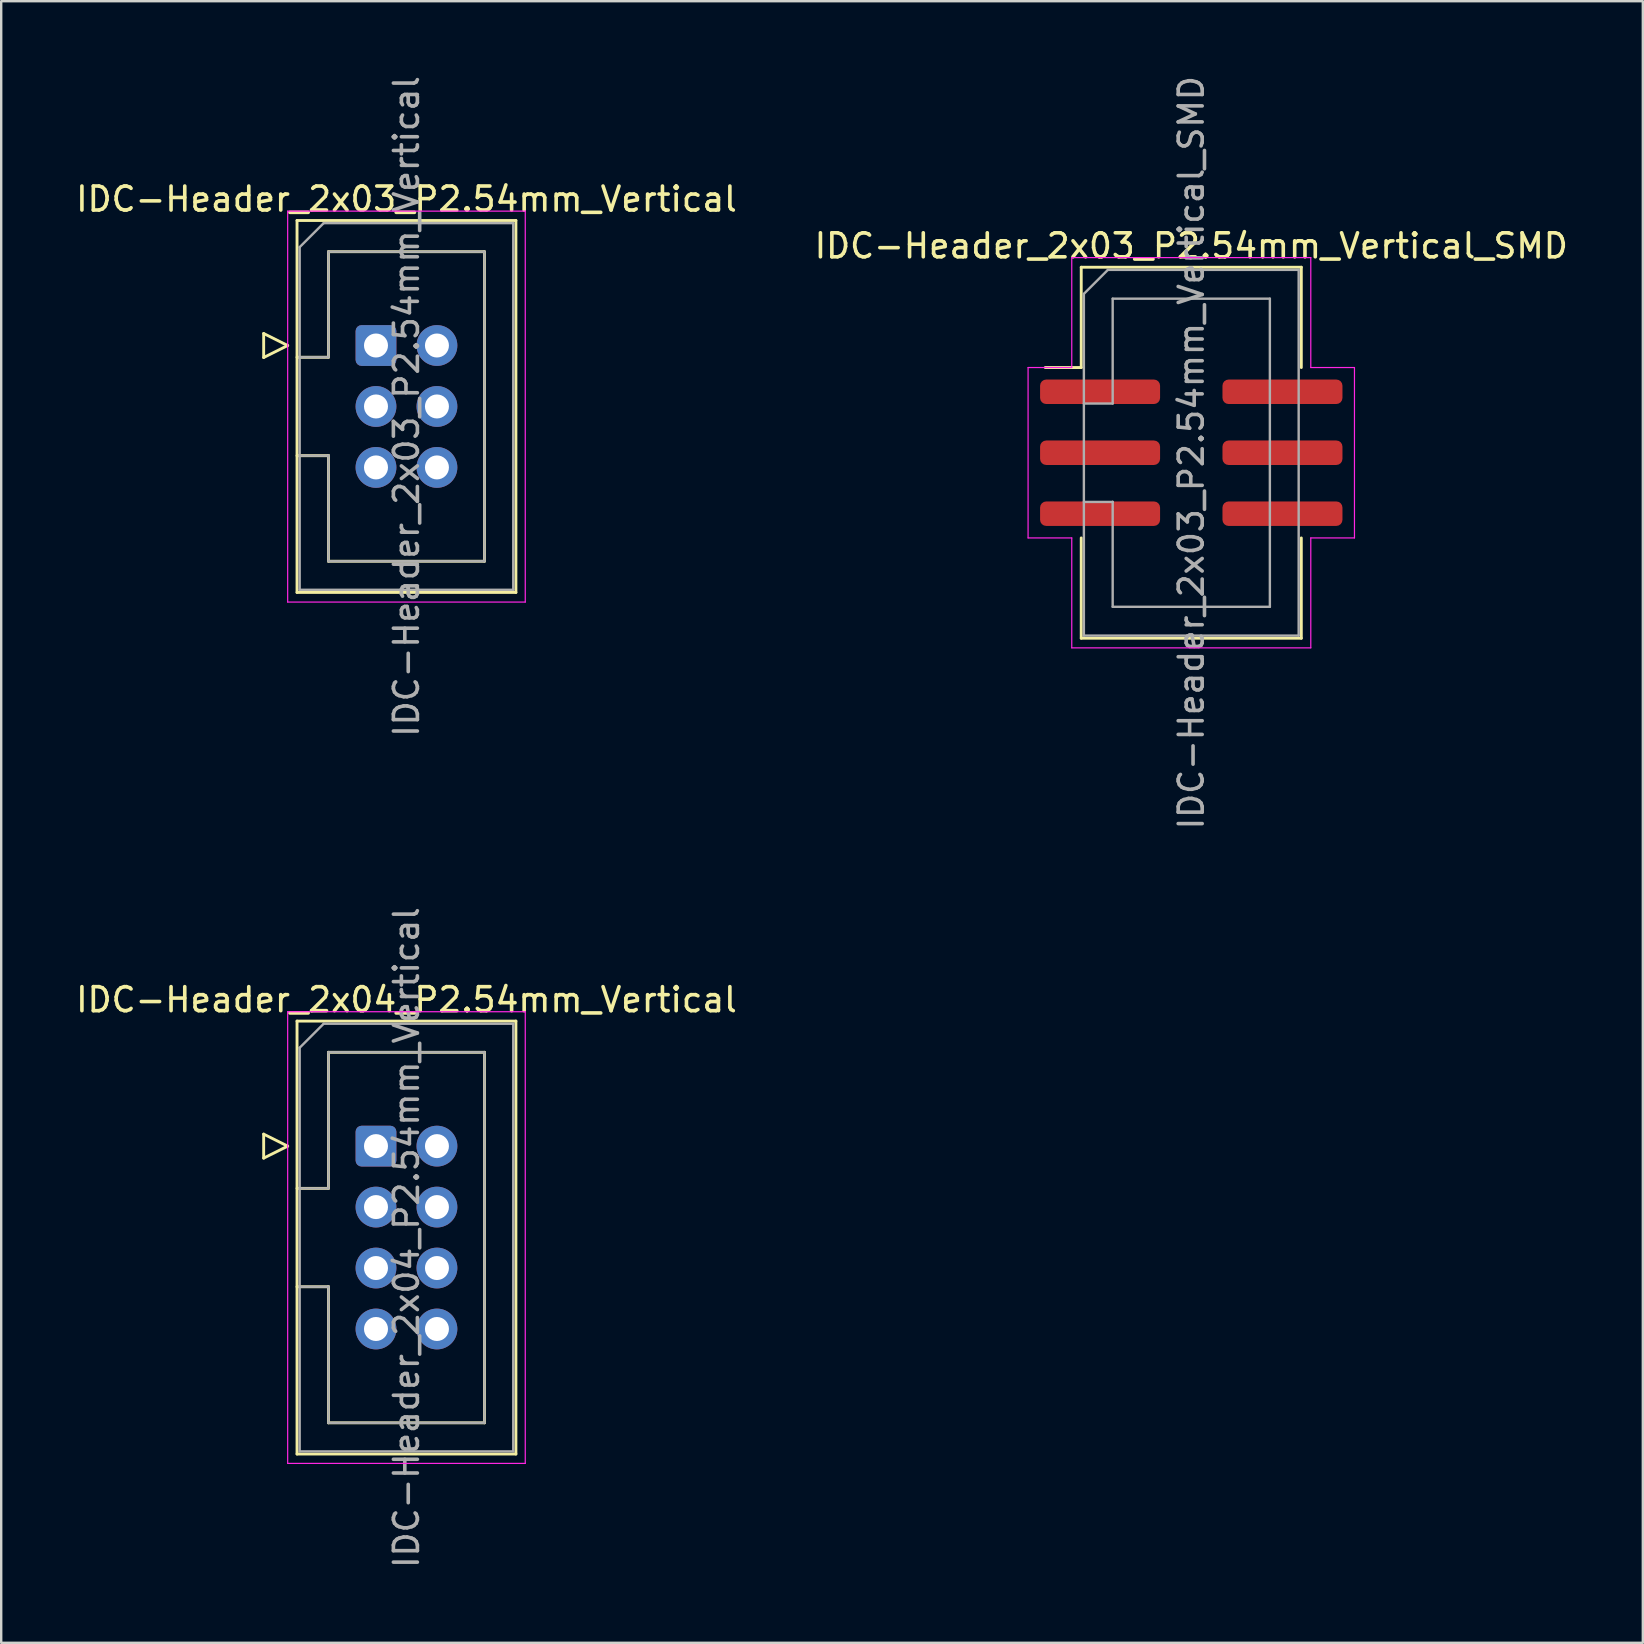
<source format=kicad_pcb>
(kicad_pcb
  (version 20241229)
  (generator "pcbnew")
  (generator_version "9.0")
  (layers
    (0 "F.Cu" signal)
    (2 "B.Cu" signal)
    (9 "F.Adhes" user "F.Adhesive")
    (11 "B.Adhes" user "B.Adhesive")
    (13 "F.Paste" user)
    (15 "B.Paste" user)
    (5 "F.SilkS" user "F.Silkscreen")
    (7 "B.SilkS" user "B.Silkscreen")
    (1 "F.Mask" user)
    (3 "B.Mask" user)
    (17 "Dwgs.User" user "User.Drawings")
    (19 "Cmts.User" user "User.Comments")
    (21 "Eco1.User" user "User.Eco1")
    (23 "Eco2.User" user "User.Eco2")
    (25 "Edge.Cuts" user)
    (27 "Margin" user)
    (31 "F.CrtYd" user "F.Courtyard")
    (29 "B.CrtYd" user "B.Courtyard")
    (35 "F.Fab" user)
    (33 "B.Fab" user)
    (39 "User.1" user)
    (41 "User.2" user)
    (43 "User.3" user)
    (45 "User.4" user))
  (footprint "IDC-Header_2x03_P2.54mm_Vertical"
    (layer "F.Cu")
    (at 12.617 11.347)
    (property "Reference" "IDC-Header_2x03_P2.54mm_Vertical" (at 1.27 -6.1 0) (layer "F.SilkS") (effects (font (size 1 1) (thickness 0.15))))
    (attr through_hole)
    (fp_line (start -4.68 -0.5) (end -4.68 0.5) (stroke (width 0.12) (type solid)) (layer "F.SilkS"))
    (fp_line (start -4.68 0.5) (end -3.68 0) (stroke (width 0.12) (type solid)) (layer "F.SilkS"))
    (fp_line (start -3.68 0) (end -4.68 -0.5) (stroke (width 0.12) (type solid)) (layer "F.SilkS"))
    (fp_line (start -3.29 -5.21) (end 5.83 -5.21) (stroke (width 0.12) (type solid)) (layer "F.SilkS"))
    (fp_line (start -3.29 0.49) (end -1.98 0.49) (stroke (width 0.12) (type solid)) (layer "F.SilkS"))
    (fp_line (start -3.29 10.29) (end -3.29 -5.21) (stroke (width 0.12) (type solid)) (layer "F.SilkS"))
    (fp_line (start -1.98 -3.91) (end 4.52 -3.91) (stroke (width 0.12) (type solid)) (layer "F.SilkS"))
    (fp_line (start -1.98 0.49) (end -1.98 -3.91) (stroke (width 0.12) (type solid)) (layer "F.SilkS"))
    (fp_line (start -1.98 4.59) (end -3.29 4.59) (stroke (width 0.12) (type solid)) (layer "F.SilkS"))
    (fp_line (start -1.98 4.59) (end -1.98 4.59) (stroke (width 0.12) (type solid)) (layer "F.SilkS"))
    (fp_line (start -1.98 8.99) (end -1.98 4.59) (stroke (width 0.12) (type solid)) (layer "F.SilkS"))
    (fp_line (start 4.52 -3.91) (end 4.52 8.99) (stroke (width 0.12) (type solid)) (layer "F.SilkS"))
    (fp_line (start 4.52 8.99) (end -1.98 8.99) (stroke (width 0.12) (type solid)) (layer "F.SilkS"))
    (fp_line (start 5.83 -5.21) (end 5.83 10.29) (stroke (width 0.12) (type solid)) (layer "F.SilkS"))
    (fp_line (start 5.83 10.29) (end -3.29 10.29) (stroke (width 0.12) (type solid)) (layer "F.SilkS"))
    (fp_line (start -3.68 -5.6) (end -3.68 10.69) (stroke (width 0.05) (type solid)) (layer "F.CrtYd"))
    (fp_line (start -3.68 10.69) (end 6.22 10.69) (stroke (width 0.05) (type solid)) (layer "F.CrtYd"))
    (fp_line (start 6.22 -5.6) (end -3.68 -5.6) (stroke (width 0.05) (type solid)) (layer "F.CrtYd"))
    (fp_line (start 6.22 10.69) (end 6.22 -5.6) (stroke (width 0.05) (type solid)) (layer "F.CrtYd"))
    (fp_line (start -3.18 -4.1) (end -2.18 -5.1) (stroke (width 0.1) (type solid)) (layer "F.Fab"))
    (fp_line (start -3.18 0.49) (end -1.98 0.49) (stroke (width 0.1) (type solid)) (layer "F.Fab"))
    (fp_line (start -3.18 10.18) (end -3.18 -4.1) (stroke (width 0.1) (type solid)) (layer "F.Fab"))
    (fp_line (start -2.18 -5.1) (end 5.72 -5.1) (stroke (width 0.1) (type solid)) (layer "F.Fab"))
    (fp_line (start -1.98 -3.91) (end 4.52 -3.91) (stroke (width 0.1) (type solid)) (layer "F.Fab"))
    (fp_line (start -1.98 0.49) (end -1.98 -3.91) (stroke (width 0.1) (type solid)) (layer "F.Fab"))
    (fp_line (start -1.98 4.59) (end -3.18 4.59) (stroke (width 0.1) (type solid)) (layer "F.Fab"))
    (fp_line (start -1.98 4.59) (end -1.98 4.59) (stroke (width 0.1) (type solid)) (layer "F.Fab"))
    (fp_line (start -1.98 8.99) (end -1.98 4.59) (stroke (width 0.1) (type solid)) (layer "F.Fab"))
    (fp_line (start 4.52 -3.91) (end 4.52 8.99) (stroke (width 0.1) (type solid)) (layer "F.Fab"))
    (fp_line (start 4.52 8.99) (end -1.98 8.99) (stroke (width 0.1) (type solid)) (layer "F.Fab"))
    (fp_line (start 5.72 -5.1) (end 5.72 10.18) (stroke (width 0.1) (type solid)) (layer "F.Fab"))
    (fp_line (start 5.72 10.18) (end -3.18 10.18) (stroke (width 0.1) (type solid)) (layer "F.Fab"))
    (fp_text user "${REFERENCE}" (at 1.27 2.54 90) (layer "F.Fab") (effects (font (size 1 1) (thickness 0.15))))
    (pad "1" thru_hole roundrect (at 0 0) (size 1.7 1.7) (drill 1) (layers "*.Cu" "*.Mask") (roundrect_rratio 0.147))
    (pad "2" thru_hole circle (at 2.54 0) (size 1.7 1.7) (drill 1) (layers "*.Cu" "*.Mask"))
    (pad "3" thru_hole circle (at 0 2.54) (size 1.7 1.7) (drill 1) (layers "*.Cu" "*.Mask"))
    (pad "4" thru_hole circle (at 2.54 2.54) (size 1.7 1.7) (drill 1) (layers "*.Cu" "*.Mask"))
    (pad "5" thru_hole circle (at 0 5.08) (size 1.7 1.7) (drill 1) (layers "*.Cu" "*.Mask"))
    (pad "6" thru_hole circle (at 2.54 5.08) (size 1.7 1.7) (drill 1) (layers "*.Cu" "*.Mask")))
  (footprint "IDC-Header_2x04_P2.54mm_Vertical"
    (layer "F.Cu")
    (at 12.617 44.708)
    (property "Reference" "IDC-Header_2x04_P2.54mm_Vertical" (at 1.27 -6.1 0) (layer "F.SilkS") (effects (font (size 1 1) (thickness 0.15))))
    (attr through_hole)
    (fp_line (start -4.68 -0.5) (end -4.68 0.5) (stroke (width 0.12) (type solid)) (layer "F.SilkS"))
    (fp_line (start -4.68 0.5) (end -3.68 0) (stroke (width 0.12) (type solid)) (layer "F.SilkS"))
    (fp_line (start -3.68 0) (end -4.68 -0.5) (stroke (width 0.12) (type solid)) (layer "F.SilkS"))
    (fp_line (start -3.29 -5.21) (end 5.83 -5.21) (stroke (width 0.12) (type solid)) (layer "F.SilkS"))
    (fp_line (start -3.29 1.76) (end -1.98 1.76) (stroke (width 0.12) (type solid)) (layer "F.SilkS"))
    (fp_line (start -3.29 12.83) (end -3.29 -5.21) (stroke (width 0.12) (type solid)) (layer "F.SilkS"))
    (fp_line (start -1.98 -3.91) (end 4.52 -3.91) (stroke (width 0.12) (type solid)) (layer "F.SilkS"))
    (fp_line (start -1.98 1.76) (end -1.98 -3.91) (stroke (width 0.12) (type solid)) (layer "F.SilkS"))
    (fp_line (start -1.98 5.86) (end -3.29 5.86) (stroke (width 0.12) (type solid)) (layer "F.SilkS"))
    (fp_line (start -1.98 5.86) (end -1.98 5.86) (stroke (width 0.12) (type solid)) (layer "F.SilkS"))
    (fp_line (start -1.98 11.53) (end -1.98 5.86) (stroke (width 0.12) (type solid)) (layer "F.SilkS"))
    (fp_line (start 4.52 -3.91) (end 4.52 11.53) (stroke (width 0.12) (type solid)) (layer "F.SilkS"))
    (fp_line (start 4.52 11.53) (end -1.98 11.53) (stroke (width 0.12) (type solid)) (layer "F.SilkS"))
    (fp_line (start 5.83 -5.21) (end 5.83 12.83) (stroke (width 0.12) (type solid)) (layer "F.SilkS"))
    (fp_line (start 5.83 12.83) (end -3.29 12.83) (stroke (width 0.12) (type solid)) (layer "F.SilkS"))
    (fp_line (start -3.68 -5.6) (end -3.68 13.22) (stroke (width 0.05) (type solid)) (layer "F.CrtYd"))
    (fp_line (start -3.68 13.22) (end 6.22 13.22) (stroke (width 0.05) (type solid)) (layer "F.CrtYd"))
    (fp_line (start 6.22 -5.6) (end -3.68 -5.6) (stroke (width 0.05) (type solid)) (layer "F.CrtYd"))
    (fp_line (start 6.22 13.22) (end 6.22 -5.6) (stroke (width 0.05) (type solid)) (layer "F.CrtYd"))
    (fp_line (start -3.18 -4.1) (end -2.18 -5.1) (stroke (width 0.1) (type solid)) (layer "F.Fab"))
    (fp_line (start -3.18 1.76) (end -1.98 1.76) (stroke (width 0.1) (type solid)) (layer "F.Fab"))
    (fp_line (start -3.18 12.72) (end -3.18 -4.1) (stroke (width 0.1) (type solid)) (layer "F.Fab"))
    (fp_line (start -2.18 -5.1) (end 5.72 -5.1) (stroke (width 0.1) (type solid)) (layer "F.Fab"))
    (fp_line (start -1.98 -3.91) (end 4.52 -3.91) (stroke (width 0.1) (type solid)) (layer "F.Fab"))
    (fp_line (start -1.98 1.76) (end -1.98 -3.91) (stroke (width 0.1) (type solid)) (layer "F.Fab"))
    (fp_line (start -1.98 5.86) (end -3.18 5.86) (stroke (width 0.1) (type solid)) (layer "F.Fab"))
    (fp_line (start -1.98 5.86) (end -1.98 5.86) (stroke (width 0.1) (type solid)) (layer "F.Fab"))
    (fp_line (start -1.98 11.53) (end -1.98 5.86) (stroke (width 0.1) (type solid)) (layer "F.Fab"))
    (fp_line (start 4.52 -3.91) (end 4.52 11.53) (stroke (width 0.1) (type solid)) (layer "F.Fab"))
    (fp_line (start 4.52 11.53) (end -1.98 11.53) (stroke (width 0.1) (type solid)) (layer "F.Fab"))
    (fp_line (start 5.72 -5.1) (end 5.72 12.72) (stroke (width 0.1) (type solid)) (layer "F.Fab"))
    (fp_line (start 5.72 12.72) (end -3.18 12.72) (stroke (width 0.1) (type solid)) (layer "F.Fab"))
    (fp_text user "${REFERENCE}" (at 1.27 3.81 90) (layer "F.Fab") (effects (font (size 1 1) (thickness 0.15))))
    (pad "1" thru_hole roundrect (at 0 0) (size 1.7 1.7) (drill 1) (layers "*.Cu" "*.Mask") (roundrect_rratio 0.147))
    (pad "2" thru_hole circle (at 2.54 0) (size 1.7 1.7) (drill 1) (layers "*.Cu" "*.Mask"))
    (pad "3" thru_hole circle (at 0 2.54) (size 1.7 1.7) (drill 1) (layers "*.Cu" "*.Mask"))
    (pad "4" thru_hole circle (at 2.54 2.54) (size 1.7 1.7) (drill 1) (layers "*.Cu" "*.Mask"))
    (pad "5" thru_hole circle (at 0 5.08) (size 1.7 1.7) (drill 1) (layers "*.Cu" "*.Mask"))
    (pad "6" thru_hole circle (at 2.54 5.08) (size 1.7 1.7) (drill 1) (layers "*.Cu" "*.Mask"))
    (pad "7" thru_hole circle (at 0 7.62) (size 1.7 1.7) (drill 1) (layers "*.Cu" "*.Mask"))
    (pad "8" thru_hole circle (at 2.54 7.62) (size 1.7 1.7) (drill 1) (layers "*.Cu" "*.Mask")))
  (footprint "IDC-Header_2x03_P2.54mm_Vertical_SMD"
    (layer "F.Cu")
    (at 46.589 15.815)
    (property "Reference" "IDC-Header_2x03_P2.54mm_Vertical_SMD" (at 0 -8.62 0) (layer "F.SilkS") (effects (font (size 1 1) (thickness 0.15))))
    (attr smd)
    (fp_line (start -4.585 -7.73) (end 4.585 -7.73) (stroke (width 0.12) (type solid)) (layer "F.SilkS"))
    (fp_line (start -4.585 -3.55) (end -6.085 -3.55) (stroke (width 0.12) (type solid)) (layer "F.SilkS"))
    (fp_line (start -4.585 -3.55) (end -4.585 -7.73) (stroke (width 0.12) (type solid)) (layer "F.SilkS"))
    (fp_line (start -4.585 3.55) (end -4.585 7.73) (stroke (width 0.12) (type solid)) (layer "F.SilkS"))
    (fp_line (start -4.585 7.73) (end 4.585 7.73) (stroke (width 0.12) (type solid)) (layer "F.SilkS"))
    (fp_line (start 4.585 -7.73) (end 4.585 -3.55) (stroke (width 0.12) (type solid)) (layer "F.SilkS"))
    (fp_line (start 4.585 7.73) (end 4.585 3.55) (stroke (width 0.12) (type solid)) (layer "F.SilkS"))
    (fp_line (start -6.8 -3.55) (end -6.8 3.55) (stroke (width 0.05) (type solid)) (layer "F.CrtYd"))
    (fp_line (start -6.8 3.55) (end -4.98 3.55) (stroke (width 0.05) (type solid)) (layer "F.CrtYd"))
    (fp_line (start -4.98 -8.13) (end -4.98 -3.55) (stroke (width 0.05) (type solid)) (layer "F.CrtYd"))
    (fp_line (start -4.98 -3.55) (end -6.8 -3.55) (stroke (width 0.05) (type solid)) (layer "F.CrtYd"))
    (fp_line (start -4.98 3.55) (end -4.98 8.13) (stroke (width 0.05) (type solid)) (layer "F.CrtYd"))
    (fp_line (start -4.98 8.13) (end 4.98 8.13) (stroke (width 0.05) (type solid)) (layer "F.CrtYd"))
    (fp_line (start 4.98 -8.13) (end -4.98 -8.13) (stroke (width 0.05) (type solid)) (layer "F.CrtYd"))
    (fp_line (start 4.98 -3.55) (end 4.98 -8.13) (stroke (width 0.05) (type solid)) (layer "F.CrtYd"))
    (fp_line (start 4.98 3.55) (end 6.8 3.55) (stroke (width 0.05) (type solid)) (layer "F.CrtYd"))
    (fp_line (start 4.98 8.13) (end 4.98 3.55) (stroke (width 0.05) (type solid)) (layer "F.CrtYd"))
    (fp_line (start 6.8 -3.55) (end 4.98 -3.55) (stroke (width 0.05) (type solid)) (layer "F.CrtYd"))
    (fp_line (start 6.8 3.55) (end 6.8 -3.55) (stroke (width 0.05) (type solid)) (layer "F.CrtYd"))
    (fp_line (start -4.475 -6.62) (end -3.475 -7.62) (stroke (width 0.1) (type solid)) (layer "F.Fab"))
    (fp_line (start -4.475 -2.05) (end -3.275 -2.05) (stroke (width 0.1) (type solid)) (layer "F.Fab"))
    (fp_line (start -4.475 7.62) (end -4.475 -6.62) (stroke (width 0.1) (type solid)) (layer "F.Fab"))
    (fp_line (start -3.475 -7.62) (end 4.475 -7.62) (stroke (width 0.1) (type solid)) (layer "F.Fab"))
    (fp_line (start -3.275 -6.42) (end 3.275 -6.42) (stroke (width 0.1) (type solid)) (layer "F.Fab"))
    (fp_line (start -3.275 -2.05) (end -3.275 -6.42) (stroke (width 0.1) (type solid)) (layer "F.Fab"))
    (fp_line (start -3.275 2.05) (end -4.475 2.05) (stroke (width 0.1) (type solid)) (layer "F.Fab"))
    (fp_line (start -3.275 2.05) (end -3.275 2.05) (stroke (width 0.1) (type solid)) (layer "F.Fab"))
    (fp_line (start -3.275 6.42) (end -3.275 2.05) (stroke (width 0.1) (type solid)) (layer "F.Fab"))
    (fp_line (start 3.275 -6.42) (end 3.275 6.42) (stroke (width 0.1) (type solid)) (layer "F.Fab"))
    (fp_line (start 3.275 6.42) (end -3.275 6.42) (stroke (width 0.1) (type solid)) (layer "F.Fab"))
    (fp_line (start 4.475 -7.62) (end 4.475 7.62) (stroke (width 0.1) (type solid)) (layer "F.Fab"))
    (fp_line (start 4.475 7.62) (end -4.475 7.62) (stroke (width 0.1) (type solid)) (layer "F.Fab"))
    (fp_text user "${REFERENCE}" (at 0 0 90) (layer "F.Fab") (effects (font (size 1 1) (thickness 0.15))))
    (pad "1" smd roundrect (at -3.8 -2.54) (size 5 1.02) (layers "F.Cu" "F.Mask" "F.Paste") (roundrect_rratio 0.25))
    (pad "2" smd roundrect (at 3.8 -2.54) (size 5 1.02) (layers "F.Cu" "F.Mask" "F.Paste") (roundrect_rratio 0.25))
    (pad "3" smd roundrect (at -3.8 0) (size 5 1.02) (layers "F.Cu" "F.Mask" "F.Paste") (roundrect_rratio 0.25))
    (pad "4" smd roundrect (at 3.8 0) (size 5 1.02) (layers "F.Cu" "F.Mask" "F.Paste") (roundrect_rratio 0.25))
    (pad "5" smd roundrect (at -3.8 2.54) (size 5 1.02) (layers "F.Cu" "F.Mask" "F.Paste") (roundrect_rratio 0.25))
    (pad "6" smd roundrect (at 3.8 2.54) (size 5 1.02) (layers "F.Cu" "F.Mask" "F.Paste") (roundrect_rratio 0.25)))
  (gr_rect
    (start -3 -3)
    (end 65.405 65.405)
    (stroke (width 0.1) (type default))
    (fill no)
    (layer "Edge.Cuts")))
</source>
